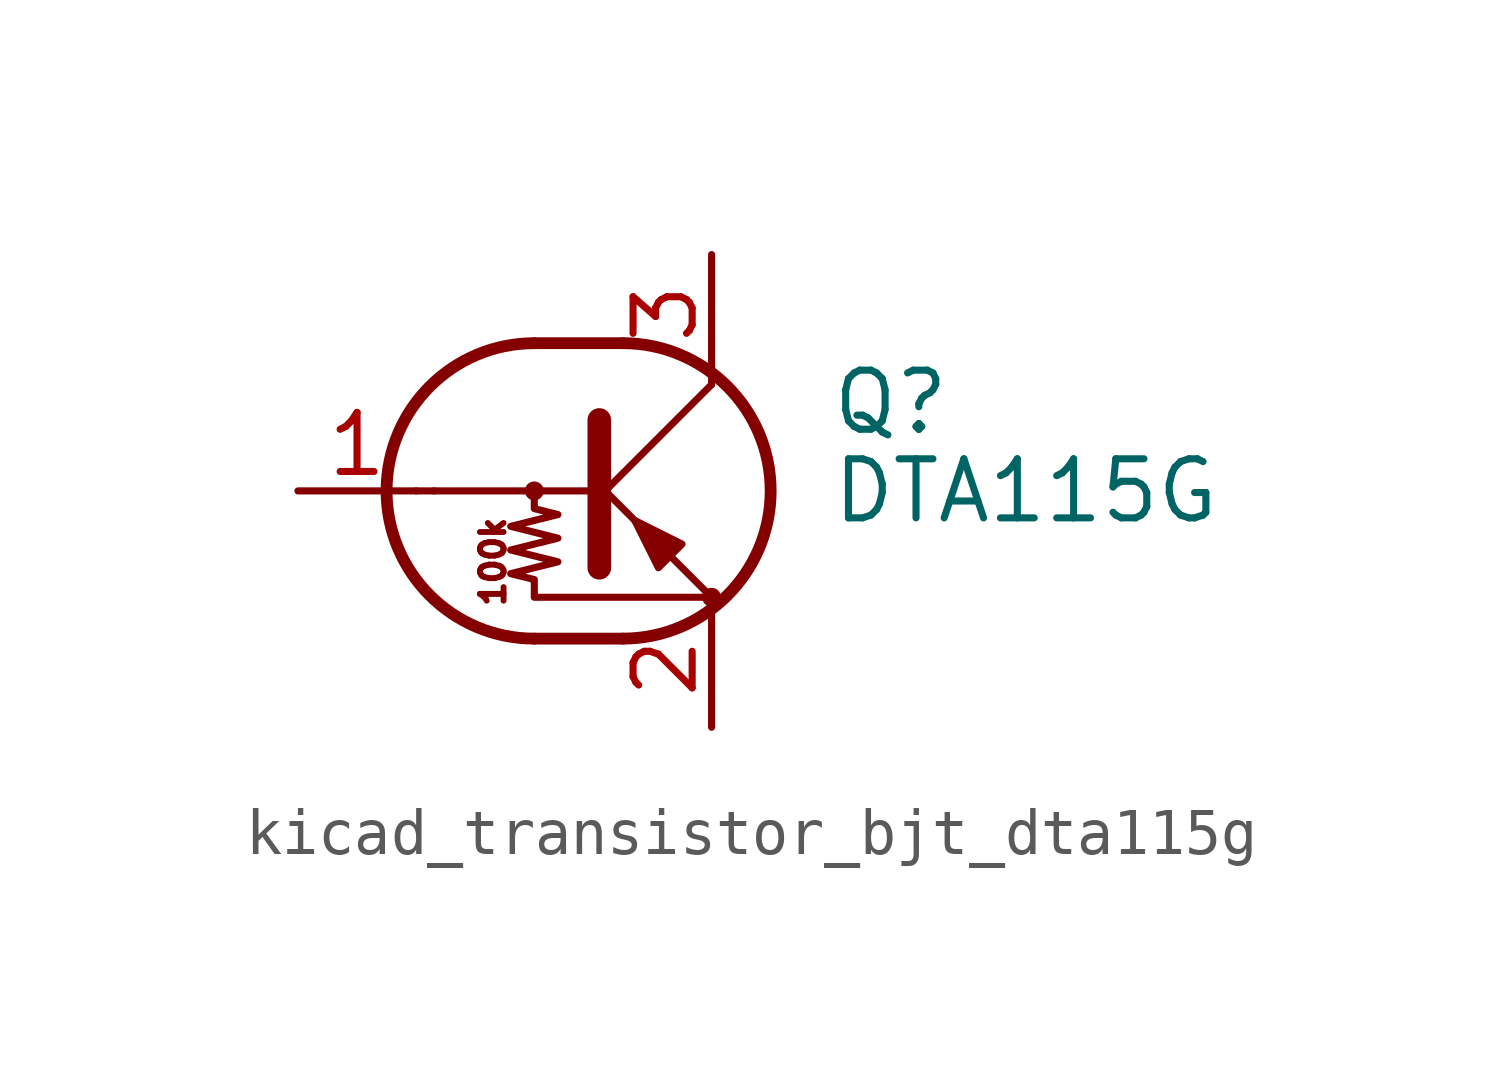
<source format=kicad_sym>
(kicad_symbol_lib
  (version 20220914)
  (generator kicad_symbol_editor)
  (symbol "kicad_transistor_bjt_dta115g"
    (pin_names
      (offset 0) hide)
    (property "Reference" "Q"
      (at 5.08 1.905 0)
      (effects (font (size 1.27 1.27)) (justify left)))
    (property "Value" "DTA115G"
      (at 5.08 0 0)
      (effects (font (size 1.27 1.27)) (justify left)))
    (symbol "kicad_transistor_bjt_dta115g_0_0"
      (polyline (pts (xy -3.429 0) (xy 0 0)) (stroke (width 0) (type default)) (fill (type none)))
      (text "100k" (at -2.159 -1.524 900) (effects (font (size 0.508 0.508)))))
    (symbol "kicad_transistor_bjt_dta115g_0_1"
      (circle (center -1.27 0) (radius 0.127) (stroke (width 0) (type default)) (fill (type none)))
      (arc (start -1.27 3.175) (mid -4.4312 0) (end -1.27 -3.175) (stroke (width 0.254) (type default)) (fill (type none)))
      (polyline (pts (xy -3.429 0) (xy -3.81 0)) (stroke (width 0) (type default)) (fill (type none)))
      (polyline (pts (xy -1.27 -3.175) (xy 0.635 -3.175)) (stroke (width 0.254) (type default)) (fill (type none)))
      (polyline (pts (xy -1.27 3.175) (xy 0.635 3.175)) (stroke (width 0.254) (type default)) (fill (type none)))
      (polyline (pts (xy 0 -0.254) (xy 2.54 2.286)) (stroke (width 0) (type default)) (fill (type none)))
      (polyline (pts (xy 0.127 1.524) (xy 0.127 -1.651)) (stroke (width 0.508) (type default)) (fill (type outline)))
      (polyline (pts (xy 2.54 2.286) (xy 2.54 2.54)) (stroke (width 0) (type default)) (fill (type none)))
      (polyline (pts (xy 2.54 -2.286) (xy 0 0.254) (xy 0 0.254)) (stroke (width 0) (type default)) (fill (type none)))
      (polyline (pts (xy 1.397 -1.651) (xy 1.905 -1.143) (xy 0.889 -0.635) (xy 1.397 -1.651)) (stroke (width 0) (type default)) (fill (type outline)))
      (polyline (pts (xy -1.27 0) (xy -1.27 -0.381) (xy -0.762 -0.508) (xy -1.778 -0.762) (xy -0.762 -1.016) (xy -1.778 -1.27) (xy -0.762 -1.524) (xy -1.778 -1.778) (xy -1.27 -1.905) (xy -1.27 -2.286) (xy 2.54 -2.286)) (stroke (width 0) (type default)) (fill (type none)))
      (arc (start 0.635 -3.175) (mid 3.7962 0) (end 0.635 3.175) (stroke (width 0.254) (type default)) (fill (type none)))
      (circle (center 2.54 -2.286) (radius 0.127) (stroke (width 0) (type default)) (fill (type none))))
    (symbol "kicad_transistor_bjt_dta115g_1_1"
      (pin input line (at -6.35 0 0) (length 2.54) (name "B" (effects (font (size 1.27 1.27)))) (number "1" (effects (font (size 1.27 1.27)))))
      (pin passive line (at 2.54 -5.08 90) (length 2.54) (name "E" (effects (font (size 1.27 1.27)))) (number "2" (effects (font (size 1.27 1.27)))))
      (pin passive line (at 2.54 5.08 270) (length 2.54) (name "C" (effects (font (size 1.27 1.27)))) (number "3" (effects (font (size 1.27 1.27))))))))
</source>
